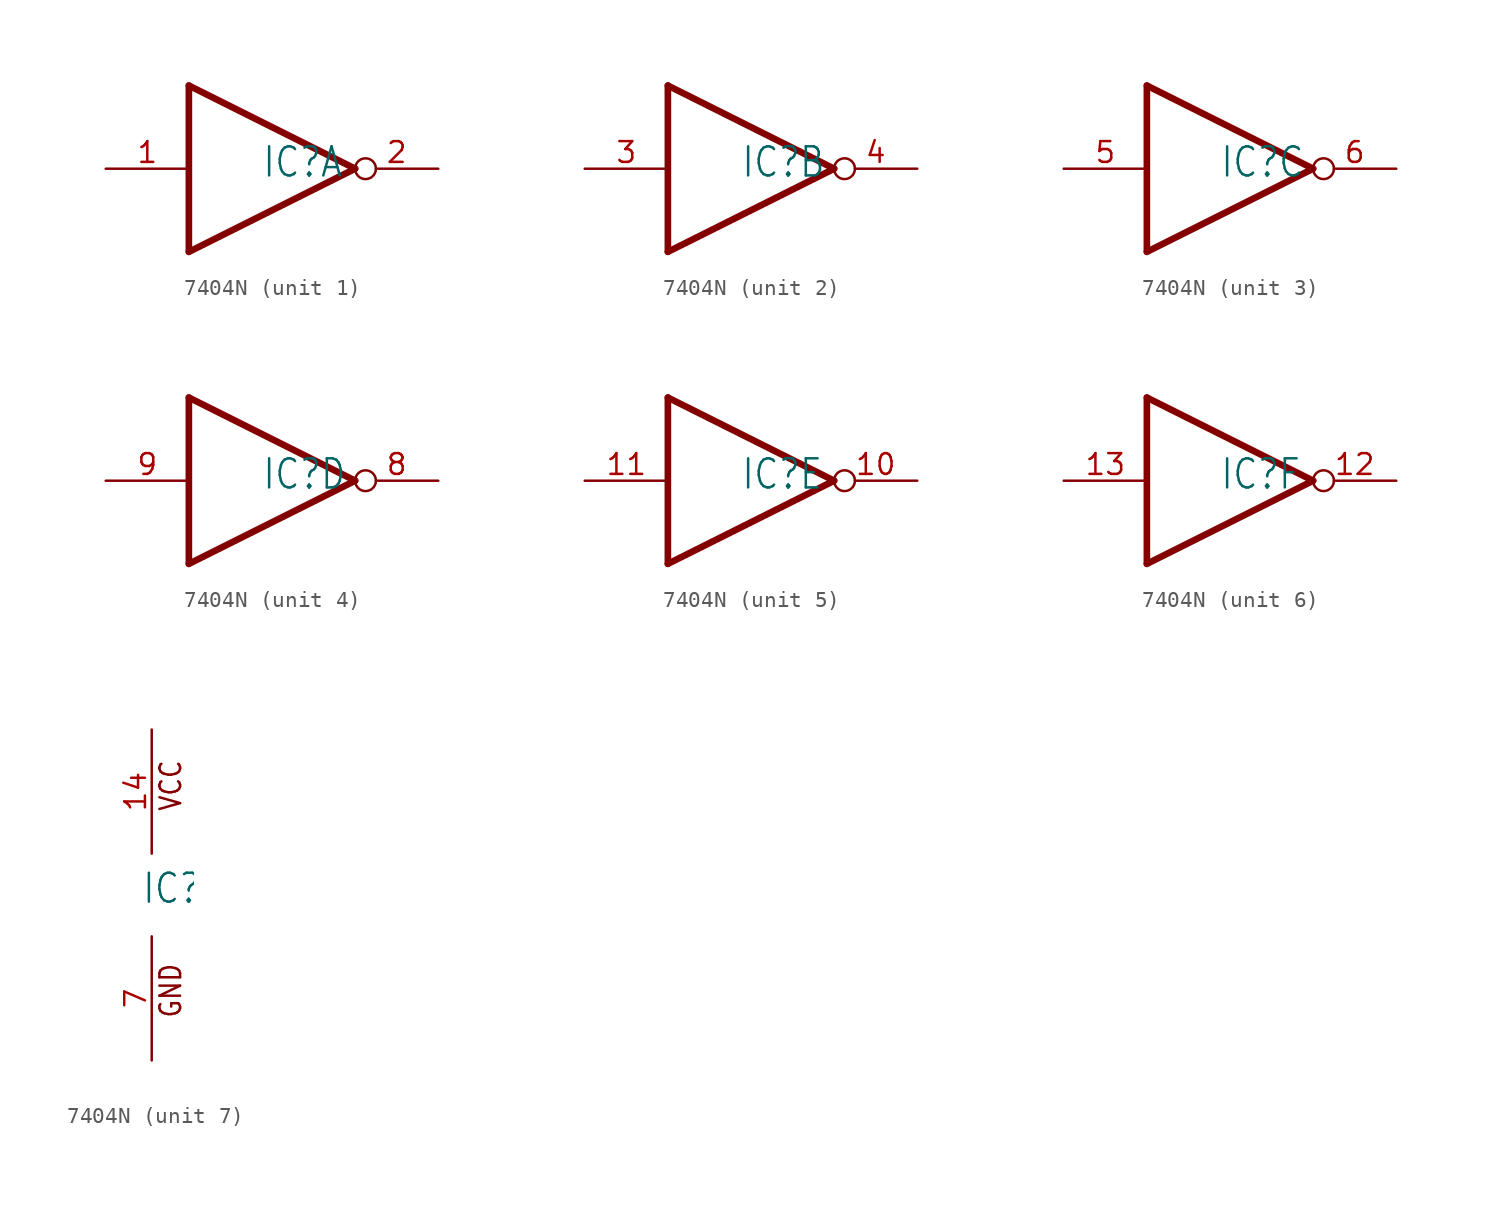
<source format=kicad_sym>
(kicad_symbol_lib
  (version 20211014)
  (generator kicad_symbol_editor)
  (symbol "7404N"
    (property "Reference" "IC"
      (at -0.635 -0.635 0)
      (effects (font (size 1.778 1.511)) (justify left bottom)))
    (property "ki_locked" ""
      (at 0 0 0)
      (effects (font (size 1.27 1.27))))
    (symbol "7404N_1_0"
      (polyline (pts (xy -5.08 -5.08) (xy -5.08 5.08)) (stroke (width 0.406) (type default) (color 0 0 0 0)) (fill (type none)))
      (polyline (pts (xy -5.08 5.08) (xy 5.08 0)) (stroke (width 0.406) (type default) (color 0 0 0 0)) (fill (type none)))
      (polyline (pts (xy 5.08 0) (xy -5.08 -5.08)) (stroke (width 0.406) (type default) (color 0 0 0 0)) (fill (type none)))
      (pin input line (at -10.16 0 0) (length 5.08) (name "I" (effects (font (size 0 0)))) (number "1" (effects (font (size 1.27 1.27)))))
      (pin output inverted (at 10.16 0 180) (length 5.08) (name "O" (effects (font (size 0 0)))) (number "2" (effects (font (size 1.27 1.27))))))
    (symbol "7404N_2_0"
      (polyline (pts (xy -5.08 -5.08) (xy -5.08 5.08)) (stroke (width 0.406) (type default) (color 0 0 0 0)) (fill (type none)))
      (polyline (pts (xy -5.08 5.08) (xy 5.08 0)) (stroke (width 0.406) (type default) (color 0 0 0 0)) (fill (type none)))
      (polyline (pts (xy 5.08 0) (xy -5.08 -5.08)) (stroke (width 0.406) (type default) (color 0 0 0 0)) (fill (type none)))
      (pin input line (at -10.16 0 0) (length 5.08) (name "I" (effects (font (size 0 0)))) (number "3" (effects (font (size 1.27 1.27)))))
      (pin output inverted (at 10.16 0 180) (length 5.08) (name "O" (effects (font (size 0 0)))) (number "4" (effects (font (size 1.27 1.27))))))
    (symbol "7404N_3_0"
      (polyline (pts (xy -5.08 -5.08) (xy -5.08 5.08)) (stroke (width 0.406) (type default) (color 0 0 0 0)) (fill (type none)))
      (polyline (pts (xy -5.08 5.08) (xy 5.08 0)) (stroke (width 0.406) (type default) (color 0 0 0 0)) (fill (type none)))
      (polyline (pts (xy 5.08 0) (xy -5.08 -5.08)) (stroke (width 0.406) (type default) (color 0 0 0 0)) (fill (type none)))
      (pin input line (at -10.16 0 0) (length 5.08) (name "I" (effects (font (size 0 0)))) (number "5" (effects (font (size 1.27 1.27)))))
      (pin output inverted (at 10.16 0 180) (length 5.08) (name "O" (effects (font (size 0 0)))) (number "6" (effects (font (size 1.27 1.27))))))
    (symbol "7404N_4_0"
      (polyline (pts (xy -5.08 -5.08) (xy -5.08 5.08)) (stroke (width 0.406) (type default) (color 0 0 0 0)) (fill (type none)))
      (polyline (pts (xy -5.08 5.08) (xy 5.08 0)) (stroke (width 0.406) (type default) (color 0 0 0 0)) (fill (type none)))
      (polyline (pts (xy 5.08 0) (xy -5.08 -5.08)) (stroke (width 0.406) (type default) (color 0 0 0 0)) (fill (type none)))
      (pin output inverted (at 10.16 0 180) (length 5.08) (name "O" (effects (font (size 0 0)))) (number "8" (effects (font (size 1.27 1.27)))))
      (pin input line (at -10.16 0 0) (length 5.08) (name "I" (effects (font (size 0 0)))) (number "9" (effects (font (size 1.27 1.27))))))
    (symbol "7404N_5_0"
      (polyline (pts (xy -5.08 -5.08) (xy -5.08 5.08)) (stroke (width 0.406) (type default) (color 0 0 0 0)) (fill (type none)))
      (polyline (pts (xy -5.08 5.08) (xy 5.08 0)) (stroke (width 0.406) (type default) (color 0 0 0 0)) (fill (type none)))
      (polyline (pts (xy 5.08 0) (xy -5.08 -5.08)) (stroke (width 0.406) (type default) (color 0 0 0 0)) (fill (type none)))
      (pin output inverted (at 10.16 0 180) (length 5.08) (name "O" (effects (font (size 0 0)))) (number "10" (effects (font (size 1.27 1.27)))))
      (pin input line (at -10.16 0 0) (length 5.08) (name "I" (effects (font (size 0 0)))) (number "11" (effects (font (size 1.27 1.27))))))
    (symbol "7404N_6_0"
      (polyline (pts (xy -5.08 -5.08) (xy -5.08 5.08)) (stroke (width 0.406) (type default) (color 0 0 0 0)) (fill (type none)))
      (polyline (pts (xy -5.08 5.08) (xy 5.08 0)) (stroke (width 0.406) (type default) (color 0 0 0 0)) (fill (type none)))
      (polyline (pts (xy 5.08 0) (xy -5.08 -5.08)) (stroke (width 0.406) (type default) (color 0 0 0 0)) (fill (type none)))
      (pin output inverted (at 10.16 0 180) (length 5.08) (name "O" (effects (font (size 0 0)))) (number "12" (effects (font (size 1.27 1.27)))))
      (pin input line (at -10.16 0 0) (length 5.08) (name "I" (effects (font (size 0 0)))) (number "13" (effects (font (size 1.27 1.27))))))
    (symbol "7404N_7_0"
      (text "GND" (at 1.905 -7.62 900) (effects (font (size 1.27 1.079)) (justify left bottom)))
      (text "VCC" (at 1.905 5.08 900) (effects (font (size 1.27 1.079)) (justify left bottom)))
      (pin power_in line (at 0 10.16 270) (length 7.62) (name "VCC" (effects (font (size 0 0)))) (number "14" (effects (font (size 1.27 1.27)))))
      (pin power_in line (at 0 -10.16 90) (length 7.62) (name "GND" (effects (font (size 0 0)))) (number "7" (effects (font (size 1.27 1.27))))))))
</source>
